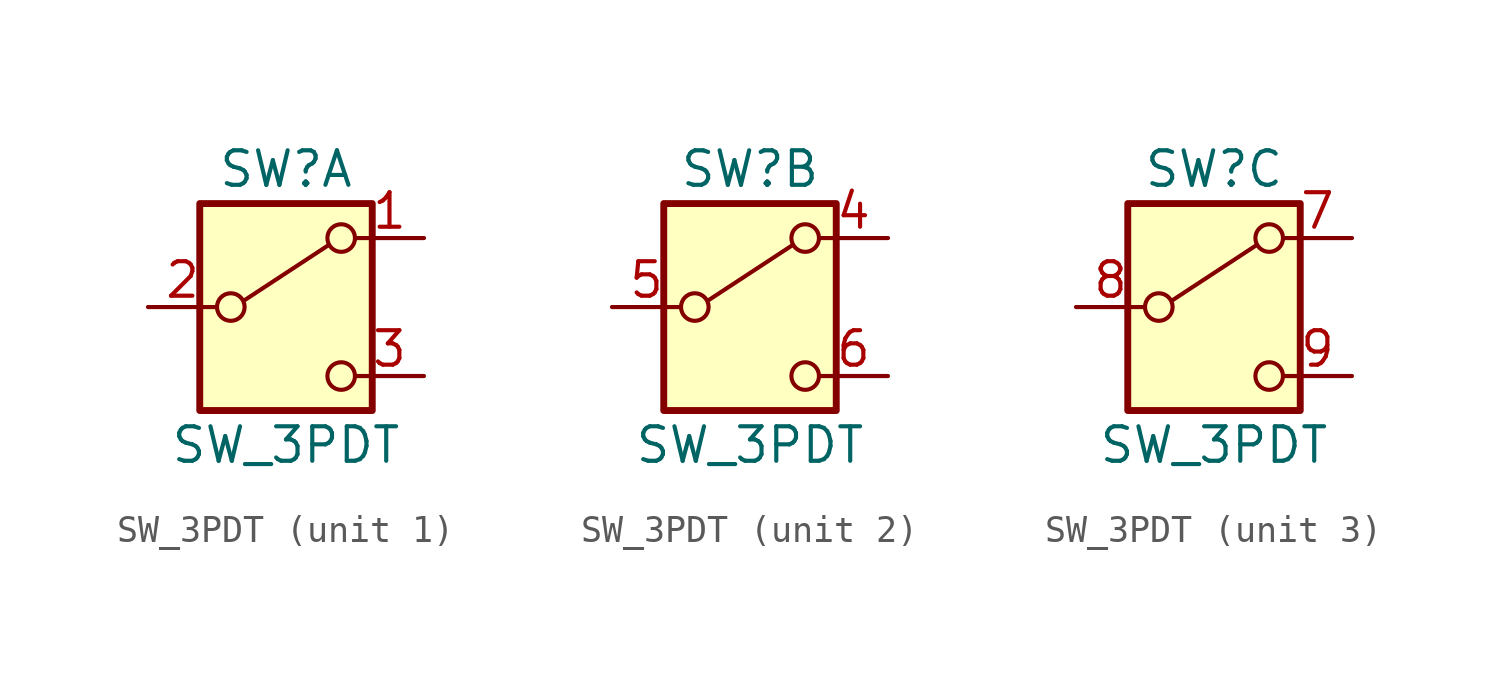
<source format=kicad_sym>
(kicad_symbol_lib
  (version 20241209)
  (generator "kicad_symbol_editor")
  (generator_version "9.0")
  (symbol "SW_3PDT"
    (pin_names
      (offset 0)
      (hide yes))
    (property "Reference" "SW"
      (at 0 5.08 0)
      (effects (font (size 1.27 1.27))))
    (property "Value" "SW_3PDT"
      (at 0 -5.08 0)
      (effects (font (size 1.27 1.27))))
    (symbol "SW_3PDT_0_0"
      (circle (center -2.032 0) (radius 0.508) (stroke (width 0) (type default)) (fill (type none)))
      (circle (center 2.032 -2.54) (radius 0.508) (stroke (width 0) (type default)) (fill (type none))))
    (symbol "SW_3PDT_0_1"
      (rectangle (start -3.175 3.81) (end 3.175 -3.81) (stroke (width 0.254) (type default)) (fill (type background)))
      (polyline (pts (xy -1.524 0.254) (xy 1.575 2.286)) (stroke (width 0) (type default)) (fill (type none)))
      (circle (center 2.032 2.54) (radius 0.508) (stroke (width 0) (type default)) (fill (type none))))
    (symbol "SW_3PDT_1_1"
      (pin passive line (at -5.08 0 0) (length 2.54) (name "B" (effects (font (size 1.27 1.27)))) (number "2" (effects (font (size 1.27 1.27)))))
      (pin passive line (at 5.08 2.54 180) (length 2.54) (name "A" (effects (font (size 1.27 1.27)))) (number "1" (effects (font (size 1.27 1.27)))))
      (pin passive line (at 5.08 -2.54 180) (length 2.54) (name "C" (effects (font (size 1.27 1.27)))) (number "3" (effects (font (size 1.27 1.27))))))
    (symbol "SW_3PDT_2_1"
      (pin passive line (at -5.08 0 0) (length 2.54) (name "B" (effects (font (size 1.27 1.27)))) (number "5" (effects (font (size 1.27 1.27)))))
      (pin passive line (at 5.08 2.54 180) (length 2.54) (name "A" (effects (font (size 1.27 1.27)))) (number "4" (effects (font (size 1.27 1.27)))))
      (pin passive line (at 5.08 -2.54 180) (length 2.54) (name "C" (effects (font (size 1.27 1.27)))) (number "6" (effects (font (size 1.27 1.27))))))
    (symbol "SW_3PDT_3_1"
      (pin passive line (at -5.08 0 0) (length 2.54) (name "B" (effects (font (size 1.27 1.27)))) (number "8" (effects (font (size 1.27 1.27)))))
      (pin passive line (at 5.08 2.54 180) (length 2.54) (name "A" (effects (font (size 1.27 1.27)))) (number "7" (effects (font (size 1.27 1.27)))))
      (pin passive line (at 5.08 -2.54 180) (length 2.54) (name "C" (effects (font (size 1.27 1.27)))) (number "9" (effects (font (size 1.27 1.27))))))))
</source>
